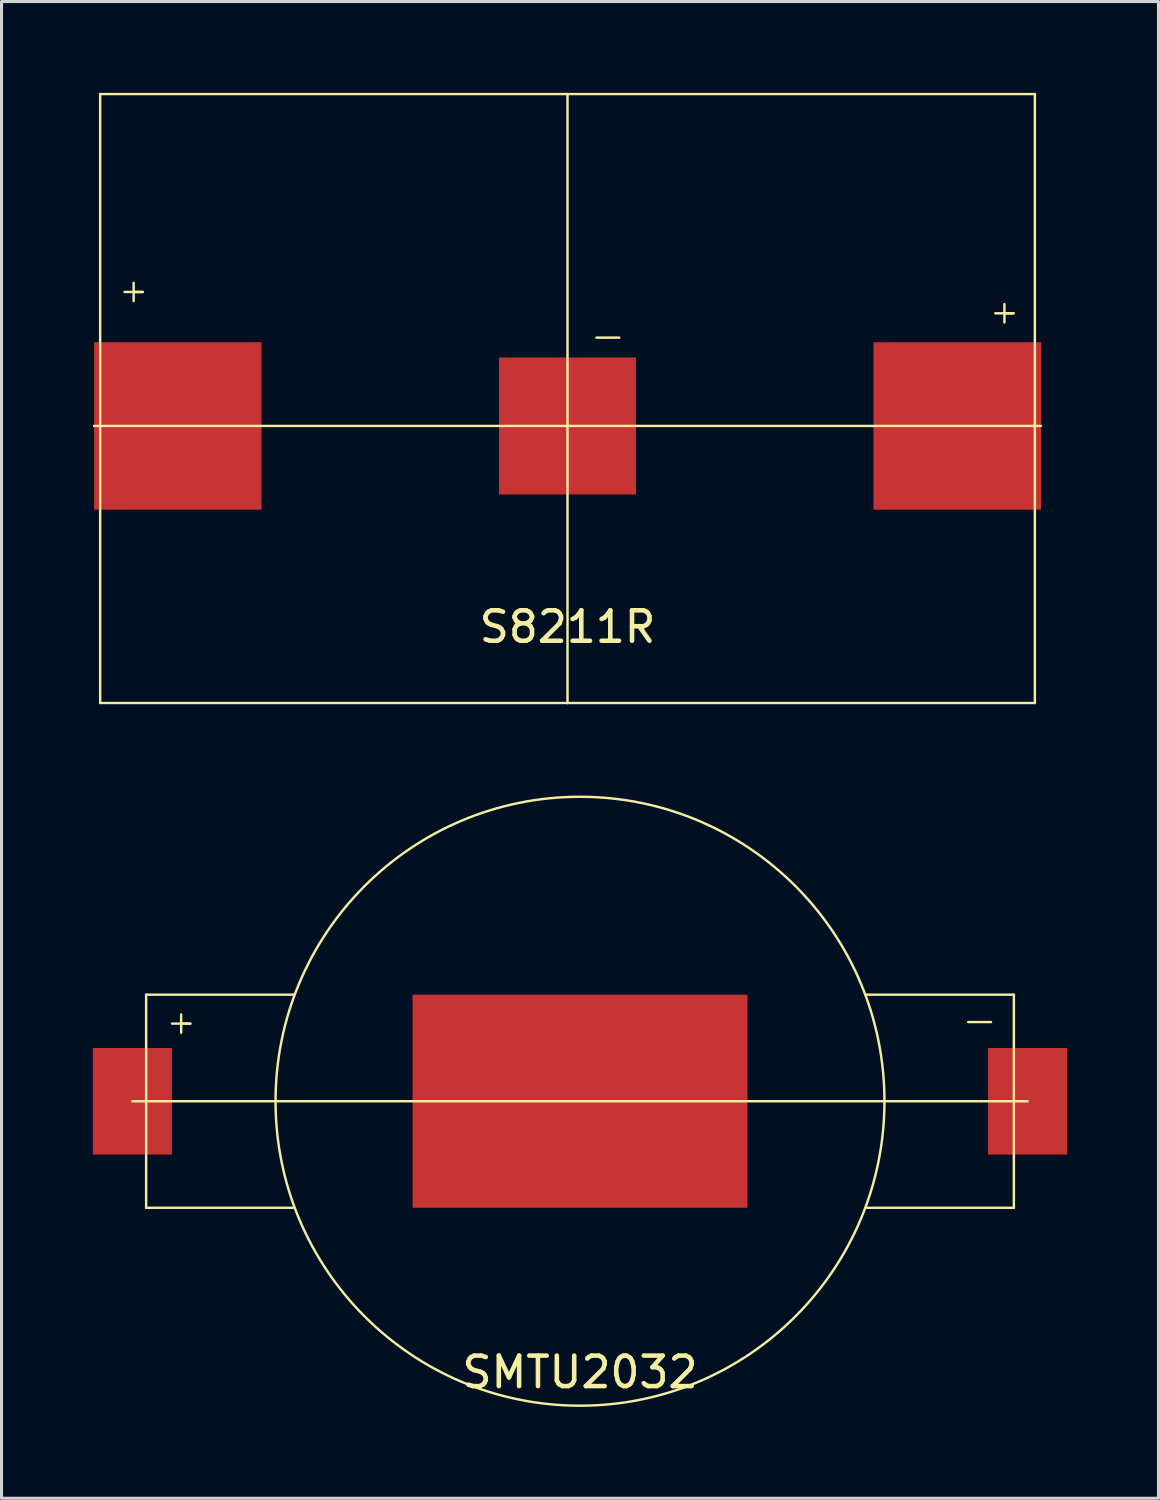
<source format=kicad_pcb>
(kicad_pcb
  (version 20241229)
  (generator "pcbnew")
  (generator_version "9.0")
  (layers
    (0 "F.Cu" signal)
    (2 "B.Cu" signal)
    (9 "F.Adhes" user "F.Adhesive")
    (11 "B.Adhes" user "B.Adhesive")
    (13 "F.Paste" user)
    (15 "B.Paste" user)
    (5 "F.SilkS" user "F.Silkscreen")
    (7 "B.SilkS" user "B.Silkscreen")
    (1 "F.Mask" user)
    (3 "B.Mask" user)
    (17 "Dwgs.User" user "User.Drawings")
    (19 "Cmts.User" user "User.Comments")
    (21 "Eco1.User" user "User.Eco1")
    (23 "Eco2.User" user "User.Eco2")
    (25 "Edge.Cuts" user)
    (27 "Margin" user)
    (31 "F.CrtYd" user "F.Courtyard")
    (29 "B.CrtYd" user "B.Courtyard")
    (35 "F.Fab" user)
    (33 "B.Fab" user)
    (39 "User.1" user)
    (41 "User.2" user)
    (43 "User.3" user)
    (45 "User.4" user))
  (footprint "S8211R"
    (layer "F.Cu")
    (at 15.59 10.94)
    (property "Reference" "S8211R" (at 0 6.6 0) (layer "F.SilkS") (effects (font (size 1 1) (thickness 0.15))))
    (attr through_hole)
    (fp_line (start -15.55 0) (end 15.55 0) (stroke (width 0.08) (type solid)) (layer "F.SilkS"))
    (fp_line (start -15.35 -10.9) (end -15.35 0) (stroke (width 0.08) (type solid)) (layer "F.SilkS"))
    (fp_line (start -15.35 0) (end -15.35 9.1) (stroke (width 0.08) (type solid)) (layer "F.SilkS"))
    (fp_line (start -15.35 9.1) (end 0 9.1) (stroke (width 0.08) (type solid)) (layer "F.SilkS"))
    (fp_line (start -14.25 -4.7) (end -14.25 -4.1) (stroke (width 0.08) (type solid)) (layer "F.SilkS"))
    (fp_line (start -14.25 -4.4) (end -13.95 -4.4) (stroke (width 0.08) (type solid)) (layer "F.SilkS"))
    (fp_line (start -13.95 -4.4) (end -14.55 -4.4) (stroke (width 0.08) (type solid)) (layer "F.SilkS"))
    (fp_line (start 0 -10.9) (end -15.35 -10.9) (stroke (width 0.08) (type solid)) (layer "F.SilkS"))
    (fp_line (start 0 0) (end 0 -10.9) (stroke (width 0.08) (type solid)) (layer "F.SilkS"))
    (fp_line (start 0 0) (end 0 9.1) (stroke (width 0.08) (type solid)) (layer "F.SilkS"))
    (fp_line (start 0 9.1) (end 15.35 9.1) (stroke (width 0.08) (type solid)) (layer "F.SilkS"))
    (fp_line (start 0.95 -2.9) (end 1.7 -2.9) (stroke (width 0.08) (type solid)) (layer "F.SilkS"))
    (fp_line (start 14.35 -4) (end 14.35 -3.4) (stroke (width 0.08) (type solid)) (layer "F.SilkS"))
    (fp_line (start 14.35 -3.7) (end 14.65 -3.7) (stroke (width 0.08) (type solid)) (layer "F.SilkS"))
    (fp_line (start 14.65 -3.7) (end 14.05 -3.7) (stroke (width 0.08) (type solid)) (layer "F.SilkS"))
    (fp_line (start 15.35 -10.9) (end 0 -10.9) (stroke (width 0.08) (type solid)) (layer "F.SilkS"))
    (fp_line (start 15.35 0) (end 15.35 -10.9) (stroke (width 0.08) (type solid)) (layer "F.SilkS"))
    (fp_line (start 15.35 9.1) (end 15.35 0) (stroke (width 0.08) (type solid)) (layer "F.SilkS"))
    (pad "1" smd rect (at -12.8 0) (size 5.5 5.5) (layers "F.Cu" "F.Mask" "F.Paste"))
    (pad "1" smd rect (at 12.8 0) (size 5.5 5.5) (layers "F.Cu" "F.Mask" "F.Paste"))
    (pad "2" smd rect (at 0 0) (size 4.5 4.5) (layers "F.Cu" "F.Mask" "F.Paste")))
  (footprint "SMTU2032"
    (layer "F.Cu")
    (at 16 33.12)
    (property "Reference" "SMTU2032" (at 0 8.9 0) (layer "F.SilkS") (effects (font (size 1 1) (thickness 0.15))))
    (attr through_hole)
    (fp_line (start -14.7 0) (end 14.7 0) (stroke (width 0.08) (type solid)) (layer "F.SilkS"))
    (fp_line (start -14.25 -3.5) (end -9.4 -3.5) (stroke (width 0.08) (type solid)) (layer "F.SilkS"))
    (fp_line (start -14.25 0) (end -14.25 -3.5) (stroke (width 0.08) (type solid)) (layer "F.SilkS"))
    (fp_line (start -14.25 0) (end -14.25 3.5) (stroke (width 0.08) (type solid)) (layer "F.SilkS"))
    (fp_line (start -14.25 3.5) (end -9.4 3.5) (stroke (width 0.08) (type solid)) (layer "F.SilkS"))
    (fp_line (start -13.1 -2.85) (end -13.1 -2.25) (stroke (width 0.08) (type solid)) (layer "F.SilkS"))
    (fp_line (start -13.1 -2.55) (end -12.8 -2.55) (stroke (width 0.08) (type solid)) (layer "F.SilkS"))
    (fp_line (start -12.8 -2.55) (end -13.4 -2.55) (stroke (width 0.08) (type solid)) (layer "F.SilkS"))
    (fp_line (start 12.75 -2.6) (end 13.5 -2.6) (stroke (width 0.08) (type solid)) (layer "F.SilkS"))
    (fp_line (start 14.25 -3.5) (end 9.4 -3.5) (stroke (width 0.08) (type solid)) (layer "F.SilkS"))
    (fp_line (start 14.25 0) (end 14.25 -3.5) (stroke (width 0.08) (type solid)) (layer "F.SilkS"))
    (fp_line (start 14.25 0) (end 14.25 3.5) (stroke (width 0.08) (type solid)) (layer "F.SilkS"))
    (fp_line (start 14.25 3.5) (end 9.4 3.5) (stroke (width 0.08) (type solid)) (layer "F.SilkS"))
    (fp_circle (center 0 0) (end 10 0) (stroke (width 0.08) (type solid)) (fill no) (layer "F.SilkS"))
    (pad "" smd rect (at 0 0) (size 11 7) (layers "F.Cu" "F.Mask" "F.Paste"))
    (pad "1" smd rect (at -14.7 0) (size 2.6 3.5) (layers "F.Cu" "F.Mask" "F.Paste"))
    (pad "2" smd rect (at 14.7 0) (size 2.6 3.5) (layers "F.Cu" "F.Mask" "F.Paste")))
  (gr_rect
    (start -3 -3)
    (end 35 46.16)
    (stroke (width 0.1) (type default))
    (fill no)
    (layer "Edge.Cuts")))
</source>
